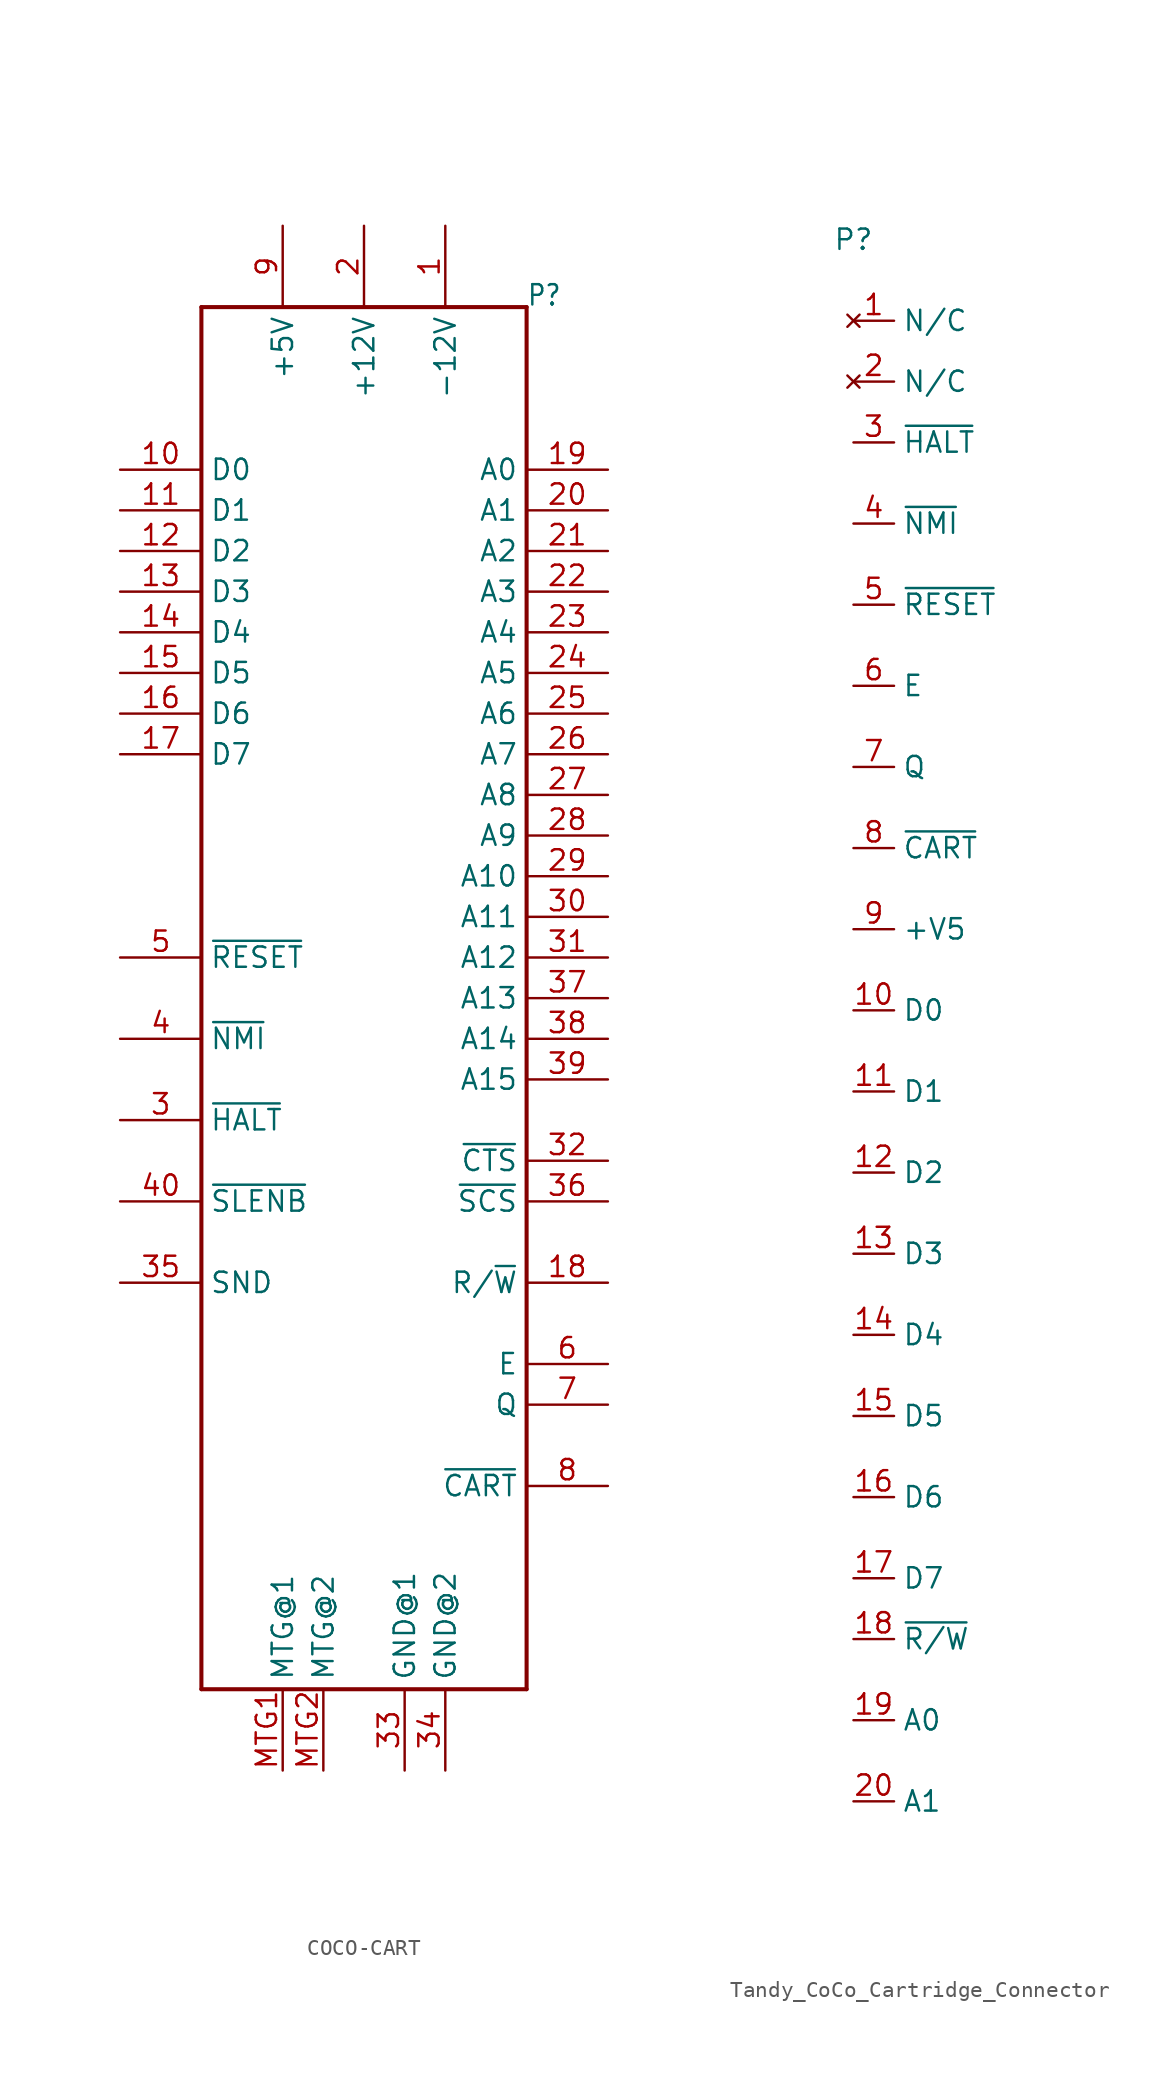
<source format=kicad_sym>
(kicad_symbol_lib
  (version 20220914)
  (generator kicad_symbol_editor)
  (symbol "COCO-CART"
    (property "Reference" "P"
      (at 10.16 40.64 0)
      (effects (font (size 1.27 1.079)) (justify left bottom)))
    (property "ki_locked" ""
      (at 0 0 0)
      (effects (font (size 1.27 1.27))))
    (symbol "COCO-CART_1_0"
      (polyline (pts (xy -10.16 -45.72) (xy -10.16 40.64)) (stroke (width 0.254) (type solid)) (fill (type none)))
      (polyline (pts (xy -10.16 40.64) (xy 10.16 40.64)) (stroke (width 0.254) (type solid)) (fill (type none)))
      (polyline (pts (xy 10.16 -45.72) (xy -10.16 -45.72)) (stroke (width 0.254) (type solid)) (fill (type none)))
      (polyline (pts (xy 10.16 40.64) (xy 10.16 -45.72)) (stroke (width 0.254) (type solid)) (fill (type none)))
      (pin power_out line (at 5.08 45.72 270) (length 5.08) (name "-12V" (effects (font (size 1.27 1.27)))) (number "1" (effects (font (size 1.27 1.27)))))
      (pin bidirectional line (at -15.24 30.48 0) (length 5.08) (name "D0" (effects (font (size 1.27 1.27)))) (number "10" (effects (font (size 1.27 1.27)))))
      (pin bidirectional line (at -15.24 27.94 0) (length 5.08) (name "D1" (effects (font (size 1.27 1.27)))) (number "11" (effects (font (size 1.27 1.27)))))
      (pin bidirectional line (at -15.24 25.4 0) (length 5.08) (name "D2" (effects (font (size 1.27 1.27)))) (number "12" (effects (font (size 1.27 1.27)))))
      (pin bidirectional line (at -15.24 22.86 0) (length 5.08) (name "D3" (effects (font (size 1.27 1.27)))) (number "13" (effects (font (size 1.27 1.27)))))
      (pin bidirectional line (at -15.24 20.32 0) (length 5.08) (name "D4" (effects (font (size 1.27 1.27)))) (number "14" (effects (font (size 1.27 1.27)))))
      (pin bidirectional line (at -15.24 17.78 0) (length 5.08) (name "D5" (effects (font (size 1.27 1.27)))) (number "15" (effects (font (size 1.27 1.27)))))
      (pin bidirectional line (at -15.24 15.24 0) (length 5.08) (name "D6" (effects (font (size 1.27 1.27)))) (number "16" (effects (font (size 1.27 1.27)))))
      (pin bidirectional line (at -15.24 12.7 0) (length 5.08) (name "D7" (effects (font (size 1.27 1.27)))) (number "17" (effects (font (size 1.27 1.27)))))
      (pin output line (at 15.24 -20.32 180) (length 5.08) (name "R/~{W}" (effects (font (size 1.27 1.27)))) (number "18" (effects (font (size 1.27 1.27)))))
      (pin output line (at 15.24 30.48 180) (length 5.08) (name "A0" (effects (font (size 1.27 1.27)))) (number "19" (effects (font (size 1.27 1.27)))))
      (pin power_out line (at 0 45.72 270) (length 5.08) (name "+12V" (effects (font (size 1.27 1.27)))) (number "2" (effects (font (size 1.27 1.27)))))
      (pin output line (at 15.24 27.94 180) (length 5.08) (name "A1" (effects (font (size 1.27 1.27)))) (number "20" (effects (font (size 1.27 1.27)))))
      (pin output line (at 15.24 25.4 180) (length 5.08) (name "A2" (effects (font (size 1.27 1.27)))) (number "21" (effects (font (size 1.27 1.27)))))
      (pin output line (at 15.24 22.86 180) (length 5.08) (name "A3" (effects (font (size 1.27 1.27)))) (number "22" (effects (font (size 1.27 1.27)))))
      (pin output line (at 15.24 20.32 180) (length 5.08) (name "A4" (effects (font (size 1.27 1.27)))) (number "23" (effects (font (size 1.27 1.27)))))
      (pin output line (at 15.24 17.78 180) (length 5.08) (name "A5" (effects (font (size 1.27 1.27)))) (number "24" (effects (font (size 1.27 1.27)))))
      (pin output line (at 15.24 15.24 180) (length 5.08) (name "A6" (effects (font (size 1.27 1.27)))) (number "25" (effects (font (size 1.27 1.27)))))
      (pin output line (at 15.24 12.7 180) (length 5.08) (name "A7" (effects (font (size 1.27 1.27)))) (number "26" (effects (font (size 1.27 1.27)))))
      (pin output line (at 15.24 10.16 180) (length 5.08) (name "A8" (effects (font (size 1.27 1.27)))) (number "27" (effects (font (size 1.27 1.27)))))
      (pin output line (at 15.24 7.62 180) (length 5.08) (name "A9" (effects (font (size 1.27 1.27)))) (number "28" (effects (font (size 1.27 1.27)))))
      (pin output line (at 15.24 5.08 180) (length 5.08) (name "A10" (effects (font (size 1.27 1.27)))) (number "29" (effects (font (size 1.27 1.27)))))
      (pin bidirectional line (at -15.24 -10.16 0) (length 5.08) (name "~{HALT}" (effects (font (size 1.27 1.27)))) (number "3" (effects (font (size 1.27 1.27)))))
      (pin output line (at 15.24 2.54 180) (length 5.08) (name "A11" (effects (font (size 1.27 1.27)))) (number "30" (effects (font (size 1.27 1.27)))))
      (pin output line (at 15.24 0 180) (length 5.08) (name "A12" (effects (font (size 1.27 1.27)))) (number "31" (effects (font (size 1.27 1.27)))))
      (pin output line (at 15.24 -12.7 180) (length 5.08) (name "~{CTS}" (effects (font (size 1.27 1.27)))) (number "32" (effects (font (size 1.27 1.27)))))
      (pin power_out line (at 2.54 -50.8 90) (length 5.08) (name "GND@1" (effects (font (size 1.27 1.27)))) (number "33" (effects (font (size 1.27 1.27)))))
      (pin power_out line (at 5.08 -50.8 90) (length 5.08) (name "GND@2" (effects (font (size 1.27 1.27)))) (number "34" (effects (font (size 1.27 1.27)))))
      (pin bidirectional line (at -15.24 -20.32 0) (length 5.08) (name "SND" (effects (font (size 1.27 1.27)))) (number "35" (effects (font (size 1.27 1.27)))))
      (pin output line (at 15.24 -15.24 180) (length 5.08) (name "~{SCS}" (effects (font (size 1.27 1.27)))) (number "36" (effects (font (size 1.27 1.27)))))
      (pin output line (at 15.24 -2.54 180) (length 5.08) (name "A13" (effects (font (size 1.27 1.27)))) (number "37" (effects (font (size 1.27 1.27)))))
      (pin output line (at 15.24 -5.08 180) (length 5.08) (name "A14" (effects (font (size 1.27 1.27)))) (number "38" (effects (font (size 1.27 1.27)))))
      (pin output line (at 15.24 -7.62 180) (length 5.08) (name "A15" (effects (font (size 1.27 1.27)))) (number "39" (effects (font (size 1.27 1.27)))))
      (pin bidirectional line (at -15.24 -5.08 0) (length 5.08) (name "~{NMI}" (effects (font (size 1.27 1.27)))) (number "4" (effects (font (size 1.27 1.27)))))
      (pin input line (at -15.24 -15.24 0) (length 5.08) (name "~{SLENB}" (effects (font (size 1.27 1.27)))) (number "40" (effects (font (size 1.27 1.27)))))
      (pin bidirectional line (at -15.24 0 0) (length 5.08) (name "~{RESET}" (effects (font (size 1.27 1.27)))) (number "5" (effects (font (size 1.27 1.27)))))
      (pin output line (at 15.24 -25.4 180) (length 5.08) (name "E" (effects (font (size 1.27 1.27)))) (number "6" (effects (font (size 1.27 1.27)))))
      (pin output line (at 15.24 -27.94 180) (length 5.08) (name "Q" (effects (font (size 1.27 1.27)))) (number "7" (effects (font (size 1.27 1.27)))))
      (pin input line (at 15.24 -33.02 180) (length 5.08) (name "~{CART}" (effects (font (size 1.27 1.27)))) (number "8" (effects (font (size 1.27 1.27)))))
      (pin power_out line (at -5.08 45.72 270) (length 5.08) (name "+5V" (effects (font (size 1.27 1.27)))) (number "9" (effects (font (size 1.27 1.27)))))
      (pin passive line (at -5.08 -50.8 90) (length 5.08) (name "MTG@1" (effects (font (size 1.27 1.27)))) (number "MTG1" (effects (font (size 1.27 1.27)))))
      (pin passive line (at -2.54 -50.8 90) (length 5.08) (name "MTG@2" (effects (font (size 1.27 1.27)))) (number "MTG2" (effects (font (size 1.27 1.27)))))))
  (symbol "Tandy_CoCo_Cartridge_Connector"
    (property "Reference" "P"
      (at 0 13.97 0)
      (effects (font (size 1.27 1.27))))
    (property "Value" ""
      (at 0 0 0)
      (effects (font (size 1.27 1.27))))
    (symbol "Tandy_CoCo_Cartridge_Connector_1_1"
      (pin no_connect line (at 0 8.89 0) (length 2.54) (name "N/C" (effects (font (size 1.27 1.27)))) (number "1" (effects (font (size 1.27 1.27)))))
      (pin bidirectional line (at 0 -34.29 0) (length 2.54) (name "D0" (effects (font (size 1.27 1.27)))) (number "10" (effects (font (size 1.27 1.27)))))
      (pin bidirectional line (at 0 -39.37 0) (length 2.54) (name "D1" (effects (font (size 1.27 1.27)))) (number "11" (effects (font (size 1.27 1.27)))))
      (pin bidirectional line (at 0 -44.45 0) (length 2.54) (name "D2" (effects (font (size 1.27 1.27)))) (number "12" (effects (font (size 1.27 1.27)))))
      (pin bidirectional line (at 0 -49.53 0) (length 2.54) (name "D3" (effects (font (size 1.27 1.27)))) (number "13" (effects (font (size 1.27 1.27)))))
      (pin bidirectional line (at 0 -54.61 0) (length 2.54) (name "D4" (effects (font (size 1.27 1.27)))) (number "14" (effects (font (size 1.27 1.27)))))
      (pin bidirectional line (at 0 -59.69 0) (length 2.54) (name "D5" (effects (font (size 1.27 1.27)))) (number "15" (effects (font (size 1.27 1.27)))))
      (pin bidirectional line (at 0 -64.77 0) (length 2.54) (name "D6" (effects (font (size 1.27 1.27)))) (number "16" (effects (font (size 1.27 1.27)))))
      (pin bidirectional line (at 0 -69.85 0) (length 2.54) (name "D7" (effects (font (size 1.27 1.27)))) (number "17" (effects (font (size 1.27 1.27)))))
      (pin input line (at 0 -73.66 0) (length 2.54) (name "~{R/W}" (effects (font (size 1.27 1.27)))) (number "18" (effects (font (size 1.27 1.27)))))
      (pin bidirectional line (at 0 -78.74 0) (length 2.54) (name "A0" (effects (font (size 1.27 1.27)))) (number "19" (effects (font (size 1.27 1.27)))))
      (pin no_connect line (at 0 5.08 0) (length 2.54) (name "N/C" (effects (font (size 1.27 1.27)))) (number "2" (effects (font (size 1.27 1.27)))))
      (pin bidirectional line (at 0 -83.82 0) (length 2.54) (name "A1" (effects (font (size 1.27 1.27)))) (number "20" (effects (font (size 1.27 1.27)))))
      (pin output line (at 0 1.27 0) (length 2.54) (name "~{HALT}" (effects (font (size 1.27 1.27)))) (number "3" (effects (font (size 1.27 1.27)))))
      (pin output line (at 0 -3.81 0) (length 2.54) (name "~{NMI}" (effects (font (size 1.27 1.27)))) (number "4" (effects (font (size 1.27 1.27)))))
      (pin output line (at 0 -8.89 0) (length 2.54) (name "~{RESET}" (effects (font (size 1.27 1.27)))) (number "5" (effects (font (size 1.27 1.27)))))
      (pin input line (at 0 -13.97 0) (length 2.54) (name "E" (effects (font (size 1.27 1.27)))) (number "6" (effects (font (size 1.27 1.27)))))
      (pin input line (at 0 -19.05 0) (length 2.54) (name "Q" (effects (font (size 1.27 1.27)))) (number "7" (effects (font (size 1.27 1.27)))))
      (pin output line (at 0 -24.13 0) (length 2.54) (name "~{CART}" (effects (font (size 1.27 1.27)))) (number "8" (effects (font (size 1.27 1.27)))))
      (pin power_in line (at 0 -29.21 0) (length 2.54) (name "+V5" (effects (font (size 1.27 1.27)))) (number "9" (effects (font (size 1.27 1.27))))))))
</source>
